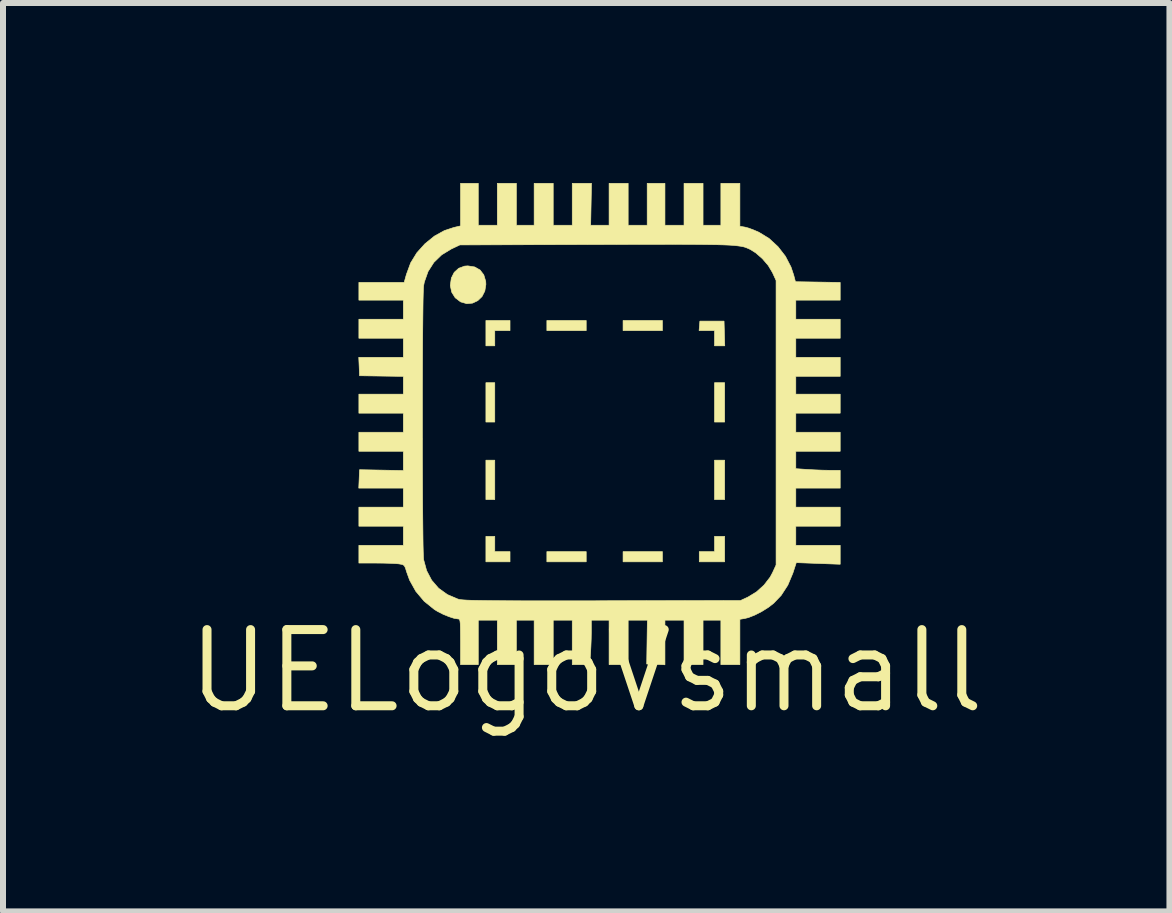
<source format=kicad_pcb>
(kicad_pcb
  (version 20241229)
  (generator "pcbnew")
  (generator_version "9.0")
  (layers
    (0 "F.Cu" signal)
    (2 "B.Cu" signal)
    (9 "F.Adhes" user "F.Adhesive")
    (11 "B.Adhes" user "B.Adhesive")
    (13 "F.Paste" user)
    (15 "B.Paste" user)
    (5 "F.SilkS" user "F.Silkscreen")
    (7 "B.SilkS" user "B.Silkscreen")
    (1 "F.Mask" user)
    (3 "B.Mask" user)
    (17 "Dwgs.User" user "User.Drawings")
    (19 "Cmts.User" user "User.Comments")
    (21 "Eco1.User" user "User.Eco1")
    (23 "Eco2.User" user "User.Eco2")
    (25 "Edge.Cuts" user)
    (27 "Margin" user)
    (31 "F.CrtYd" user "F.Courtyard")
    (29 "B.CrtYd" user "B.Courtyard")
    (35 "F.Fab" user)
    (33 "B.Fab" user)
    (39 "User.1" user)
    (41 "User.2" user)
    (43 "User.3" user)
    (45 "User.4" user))
  (footprint "UELogoVsmall"
    (layer "F.Cu")
    (at 6.72 8.133)
    (property "Reference" "UELogoVsmall" (at 0 0 0) (layer "F.SilkS") (effects (font (size 1.27 1.27) (thickness 0.15))))
    (attr through_hole)
    (fp_poly (pts (xy -1.524 -4.149) (xy -1.672 -4.149) (xy -1.672 -4.805) (xy -1.524 -4.805) (xy -1.524 -4.149)) (stroke (width 0.01) (type solid)) (fill yes) (layer "F.SilkS"))
    (fp_poly (pts (xy -1.524 -2.857) (xy -1.672 -2.857) (xy -1.672 -3.514) (xy -1.524 -3.514) (xy -1.524 -2.857)) (stroke (width 0.01) (type solid)) (fill yes) (layer "F.SilkS"))
    (fp_poly (pts (xy 0 -5.673) (xy -0.656 -5.673) (xy -0.656 -5.842) (xy 0 -5.842) (xy 0 -5.673)) (stroke (width 0.01) (type solid)) (fill yes) (layer "F.SilkS"))
    (fp_poly (pts (xy 0 -1.82) (xy -0.656 -1.82) (xy -0.656 -1.99) (xy 0 -1.99) (xy 0 -1.82)) (stroke (width 0.01) (type solid)) (fill yes) (layer "F.SilkS"))
    (fp_poly (pts (xy 1.27 -5.673) (xy 0.614 -5.673) (xy 0.614 -5.842) (xy 1.27 -5.842) (xy 1.27 -5.673)) (stroke (width 0.01) (type solid)) (fill yes) (layer "F.SilkS"))
    (fp_poly (pts (xy 1.27 -1.82) (xy 0.614 -1.82) (xy 0.614 -1.99) (xy 1.27 -1.99) (xy 1.27 -1.82)) (stroke (width 0.01) (type solid)) (fill yes) (layer "F.SilkS"))
    (fp_poly (pts (xy 2.307 -4.149) (xy 2.138 -4.149) (xy 2.138 -4.805) (xy 2.307 -4.805) (xy 2.307 -4.149)) (stroke (width 0.01) (type solid)) (fill yes) (layer "F.SilkS"))
    (fp_poly (pts (xy 2.307 -2.857) (xy 2.138 -2.857) (xy 2.138 -3.514) (xy 2.307 -3.514) (xy 2.307 -2.857)) (stroke (width 0.01) (type solid)) (fill yes) (layer "F.SilkS"))
    (fp_poly (pts (xy -1.524 -1.99) (xy -1.27 -1.99) (xy -1.27 -1.82) (xy -1.672 -1.82) (xy -1.672 -2.244) (xy -1.524 -2.244) (xy -1.524 -1.99)) (stroke (width 0.01) (type solid)) (fill yes) (layer "F.SilkS"))
    (fp_poly (pts (xy -1.27 -5.673) (xy -1.524 -5.673) (xy -1.524 -5.419) (xy -1.672 -5.419) (xy -1.672 -5.842) (xy -1.27 -5.842) (xy -1.27 -5.673)) (stroke (width 0.01) (type solid)) (fill yes) (layer "F.SilkS"))
    (fp_poly (pts (xy 2.307 -1.82) (xy 1.884 -1.82) (xy 1.884 -1.99) (xy 2.138 -1.99) (xy 2.138 -2.244) (xy 2.307 -2.244) (xy 2.307 -1.82)) (stroke (width 0.01) (type solid)) (fill yes) (layer "F.SilkS"))
    (fp_poly (pts (xy 2.309 -5.419) (xy 2.138 -5.419) (xy 2.138 -5.673) (xy 1.881 -5.673) (xy 1.888 -5.752) (xy 1.894 -5.831) (xy 2.297 -5.831) (xy 2.309 -5.419)) (stroke (width 0.01) (type solid)) (fill yes) (layer "F.SilkS"))
    (fp_poly (pts (xy -1.859 -6.734) (xy -1.769 -6.683) (xy -1.707 -6.602) (xy -1.675 -6.494) (xy -1.672 -6.443) (xy -1.69 -6.332) (xy -1.737 -6.24) (xy -1.808 -6.172) (xy -1.895 -6.131) (xy -1.991 -6.122) (xy -2.091 -6.151) (xy -2.095 -6.153) (xy -2.184 -6.221) (xy -2.242 -6.314) (xy -2.265 -6.422) (xy -2.265 -6.429) (xy -2.248 -6.549) (xy -2.2 -6.644) (xy -2.125 -6.712) (xy -2.027 -6.748) (xy -1.973 -6.752) (xy -1.859 -6.734)) (stroke (width 0.01) (type solid)) (fill yes) (layer "F.SilkS"))
    (fp_poly (pts (xy -1.799 -7.429) (xy -1.482 -7.429) (xy -1.482 -8.128) (xy -1.164 -8.128) (xy -1.164 -7.429) (xy -0.868 -7.429) (xy -0.868 -8.128) (xy -0.55 -8.128) (xy -0.55 -7.429) (xy -0.233 -7.429) (xy -0.233 -8.128) (xy 0.088 -8.128) (xy 0.081 -7.779) (xy 0.074 -7.429) (xy 0.228 -7.429) (xy 0.381 -7.429) (xy 0.381 -8.128) (xy 0.699 -8.128) (xy 0.699 -7.429) (xy 1.016 -7.429) (xy 1.016 -8.128) (xy 1.312 -8.128) (xy 1.312 -7.429) (xy 1.63 -7.429) (xy 1.63 -8.128) (xy 1.947 -8.128) (xy 1.947 -7.429) (xy 2.244 -7.429) (xy 2.244 -8.128) (xy 2.561 -8.128) (xy 2.561 -7.412) (xy 2.645 -7.398) (xy 2.705 -7.382) (xy 2.786 -7.352) (xy 2.872 -7.315) (xy 2.88 -7.311) (xy 3.047 -7.209) (xy 3.195 -7.073) (xy 3.32 -6.912) (xy 3.413 -6.733) (xy 3.458 -6.598) (xy 3.487 -6.488) (xy 3.86 -6.482) (xy 4.233 -6.476) (xy 4.233 -6.181) (xy 3.493 -6.181) (xy 3.493 -5.863) (xy 4.233 -5.863) (xy 4.233 -5.546) (xy 3.493 -5.546) (xy 3.493 -5.228) (xy 4.233 -5.228) (xy 4.233 -4.911) (xy 3.493 -4.911) (xy 3.493 -4.614) (xy 4.233 -4.614) (xy 4.233 -4.297) (xy 3.493 -4.297) (xy 3.493 -3.979) (xy 4.233 -3.979) (xy 4.233 -3.662) (xy 3.493 -3.662) (xy 3.493 -3.372) (xy 3.699 -3.358) (xy 3.813 -3.352) (xy 3.935 -3.347) (xy 4.043 -3.345) (xy 4.069 -3.344) (xy 4.233 -3.344) (xy 4.233 -3.048) (xy 3.493 -3.048) (xy 3.493 -2.731) (xy 4.233 -2.731) (xy 4.233 -2.413) (xy 3.493 -2.413) (xy 3.493 -2.095) (xy 4.233 -2.095) (xy 4.233 -1.779) (xy 3.501 -1.806) (xy 3.444 -1.631) (xy 3.36 -1.431) (xy 3.249 -1.26) (xy 3.125 -1.13) (xy 3.035 -1.06) (xy 2.926 -0.992) (xy 2.811 -0.933) (xy 2.705 -0.891) (xy 2.641 -0.875) (xy 2.561 -0.862) (xy 2.561 -0.106) (xy 2.244 -0.106) (xy 2.244 -0.847) (xy 1.947 -0.847) (xy 1.947 -0.106) (xy 1.63 -0.106) (xy 1.63 -0.847) (xy 1.312 -0.847) (xy 1.312 -0.104) (xy 1.008 -0.116) (xy 1.019 -0.847) (xy 0.699 -0.847) (xy 0.699 -0.106) (xy 0.381 -0.106) (xy 0.381 -0.847) (xy 0.085 -0.847) (xy 0.085 -0.651) (xy 0.083 -0.535) (xy 0.078 -0.409) (xy 0.072 -0.296) (xy 0.071 -0.28) (xy 0.057 -0.106) (xy -0.233 -0.106) (xy -0.233 -0.847) (xy -0.55 -0.847) (xy -0.55 -0.106) (xy -0.868 -0.106) (xy -0.868 -0.847) (xy -1.164 -0.847) (xy -1.164 -0.106) (xy -1.482 -0.106) (xy -1.482 -0.847) (xy -1.799 -0.847) (xy -1.799 -0.106) (xy -2.095 -0.106) (xy -2.095 -0.487) (xy -2.096 -0.622) (xy -2.097 -0.721) (xy -2.099 -0.789) (xy -2.104 -0.832) (xy -2.111 -0.856) (xy -2.122 -0.866) (xy -2.137 -0.868) (xy -2.138 -0.868) (xy -2.202 -0.878) (xy -2.288 -0.906) (xy -2.384 -0.945) (xy -2.476 -0.992) (xy -2.529 -1.024) (xy -2.701 -1.163) (xy -2.84 -1.328) (xy -2.944 -1.515) (xy -2.994 -1.654) (xy -3.014 -1.72) (xy -3.034 -1.757) (xy -3.063 -1.775) (xy -3.114 -1.784) (xy -3.126 -1.786) (xy -3.184 -1.791) (xy -3.274 -1.795) (xy -3.382 -1.798) (xy -3.497 -1.799) (xy -3.506 -1.799) (xy -3.789 -1.799) (xy -3.789 -2.095) (xy -3.048 -2.095) (xy -3.048 -2.413) (xy -3.789 -2.413) (xy -3.789 -2.731) (xy -3.048 -2.731) (xy -3.048 -3.048) (xy -3.791 -3.048) (xy -3.784 -3.201) (xy -3.778 -3.355) (xy -3.413 -3.348) (xy -3.048 -3.341) (xy -3.048 -3.662) (xy -3.789 -3.662) (xy -3.789 -3.979) (xy -3.048 -3.979) (xy -3.048 -4.141) (xy -2.73 -4.141) (xy -2.73 -3.867) (xy -2.73 -3.597) (xy -2.729 -3.333) (xy -2.728 -3.08) (xy -2.727 -2.841) (xy -2.725 -2.619) (xy -2.723 -2.419) (xy -2.721 -2.243) (xy -2.719 -2.095) (xy -2.716 -1.979) (xy -2.713 -1.898) (xy -2.71 -1.856) (xy -2.71 -1.856) (xy -2.66 -1.673) (xy -2.576 -1.513) (xy -2.46 -1.379) (xy -2.314 -1.274) (xy -2.141 -1.2) (xy -2.117 -1.193) (xy -2.092 -1.189) (xy -2.049 -1.185) (xy -1.987 -1.181) (xy -1.903 -1.178) (xy -1.796 -1.176) (xy -1.663 -1.174) (xy -1.502 -1.172) (xy -1.311 -1.171) (xy -1.089 -1.17) (xy -0.833 -1.17) (xy -0.541 -1.17) (xy -0.211 -1.17) (xy 0.158 -1.17) (xy 0.275 -1.171) (xy 2.572 -1.175) (xy 2.699 -1.234) (xy 2.838 -1.319) (xy 2.963 -1.432) (xy 3.065 -1.564) (xy 3.105 -1.638) (xy 3.164 -1.767) (xy 3.164 -6.509) (xy 3.104 -6.64) (xy 3.033 -6.759) (xy 2.935 -6.873) (xy 2.825 -6.969) (xy 2.74 -7.022) (xy 2.711 -7.037) (xy 2.682 -7.049) (xy 2.652 -7.061) (xy 2.617 -7.071) (xy 2.574 -7.079) (xy 2.522 -7.086) (xy 2.458 -7.093) (xy 2.38 -7.098) (xy 2.284 -7.102) (xy 2.169 -7.105) (xy 2.032 -7.107) (xy 1.871 -7.109) (xy 1.682 -7.11) (xy 1.465 -7.111) (xy 1.215 -7.11) (xy 0.931 -7.11) (xy 0.611 -7.109) (xy 0.251 -7.108) (xy 0.159 -7.108) (xy -2.106 -7.101) (xy -2.248 -7.034) (xy -2.409 -6.936) (xy -2.539 -6.81) (xy -2.636 -6.658) (xy -2.698 -6.483) (xy -2.71 -6.42) (xy -2.713 -6.379) (xy -2.716 -6.299) (xy -2.719 -6.184) (xy -2.721 -6.037) (xy -2.723 -5.862) (xy -2.725 -5.662) (xy -2.727 -5.441) (xy -2.728 -5.202) (xy -2.729 -4.95) (xy -2.73 -4.686) (xy -2.73 -4.416) (xy -2.73 -4.141) (xy -3.048 -4.141) (xy -3.048 -4.297) (xy -3.789 -4.297) (xy -3.789 -4.614) (xy -3.048 -4.614) (xy -3.048 -4.91) (xy -3.778 -4.921) (xy -3.784 -5.075) (xy -3.791 -5.228) (xy -3.048 -5.228) (xy -3.048 -5.546) (xy -3.789 -5.546) (xy -3.789 -5.863) (xy -3.048 -5.863) (xy -3.048 -6.181) (xy -3.789 -6.181) (xy -3.789 -6.477) (xy -3.034 -6.477) (xy -2.997 -6.609) (xy -2.926 -6.802) (xy -2.823 -6.97) (xy -2.688 -7.12) (xy -2.529 -7.249) (xy -2.364 -7.34) (xy -2.207 -7.392) (xy -2.095 -7.418) (xy -2.095 -8.128) (xy -1.799 -8.128) (xy -1.799 -7.429)) (stroke (width 0.01) (type solid)) (fill yes) (layer "F.SilkS")))
  (gr_rect
    (start -3 -3)
    (end 16.44 12.139)
    (stroke (width 0.1) (type default))
    (fill no)
    (layer "Edge.Cuts")))
</source>
